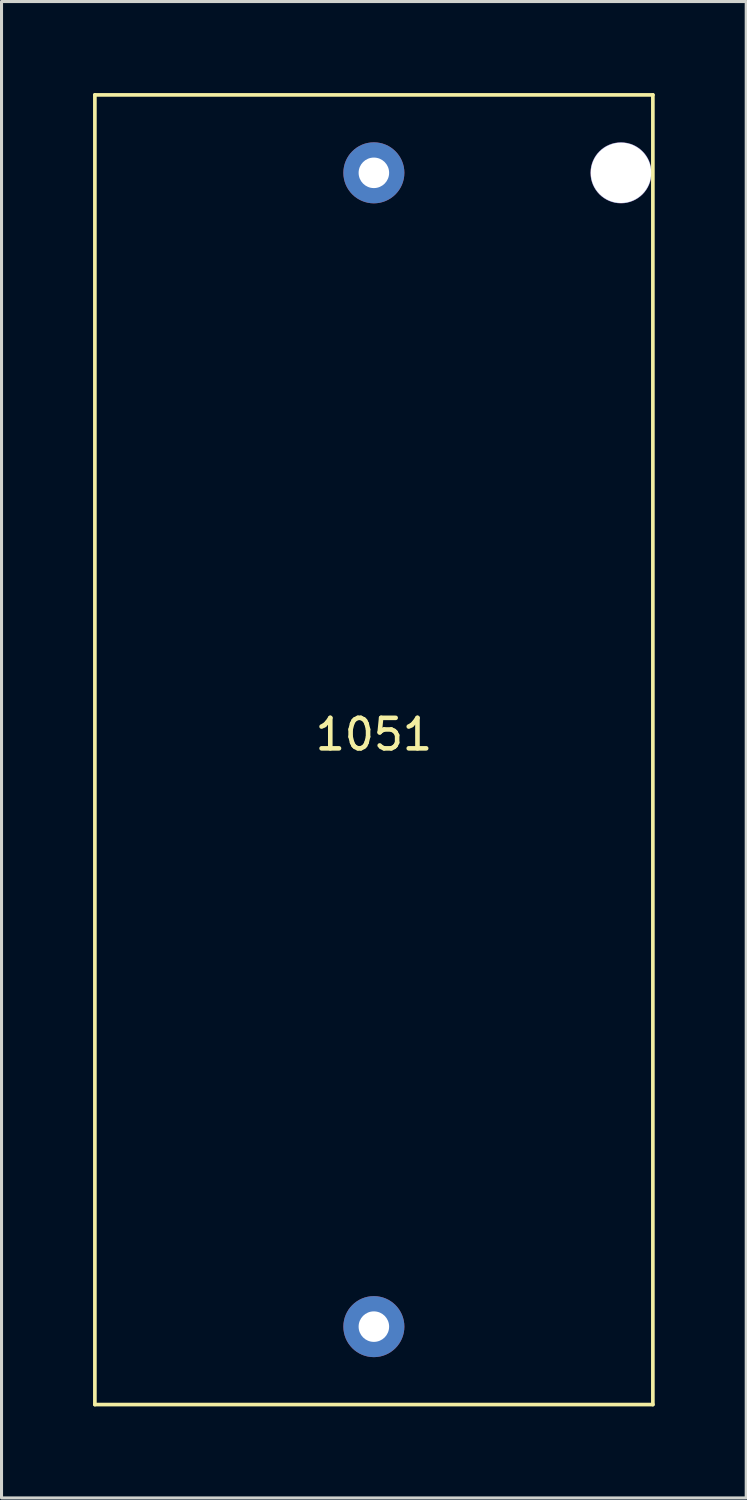
<source format=kicad_pcb>
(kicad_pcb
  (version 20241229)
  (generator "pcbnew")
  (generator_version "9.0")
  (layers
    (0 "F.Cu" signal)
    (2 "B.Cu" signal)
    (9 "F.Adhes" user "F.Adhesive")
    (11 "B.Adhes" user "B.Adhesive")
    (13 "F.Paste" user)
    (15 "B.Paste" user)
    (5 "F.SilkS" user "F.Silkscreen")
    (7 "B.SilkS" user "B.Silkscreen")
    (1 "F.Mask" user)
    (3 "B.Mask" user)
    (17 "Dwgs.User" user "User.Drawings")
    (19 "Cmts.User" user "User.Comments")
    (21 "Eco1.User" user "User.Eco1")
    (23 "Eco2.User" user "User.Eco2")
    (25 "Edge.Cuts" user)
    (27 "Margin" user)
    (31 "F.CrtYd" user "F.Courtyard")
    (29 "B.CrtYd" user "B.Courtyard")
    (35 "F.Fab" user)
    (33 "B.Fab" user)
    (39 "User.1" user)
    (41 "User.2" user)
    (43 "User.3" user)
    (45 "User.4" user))
  (footprint "1051"
    (layer "F.Cu")
    (at 9.205 21.525)
    (property "Reference" "1051" (at 0 -0.5 0) (unlocked yes) (layer "F.SilkS") (effects (font (size 1 1) (thickness 0.15))))
    (attr through_hole)
    (fp_line (start -9.145 -21.465) (end 9.145 -21.465) (stroke (width 0.12) (type solid)) (layer "F.SilkS"))
    (fp_line (start -9.145 21.465) (end -9.145 -21.465) (stroke (width 0.12) (type solid)) (layer "F.SilkS"))
    (fp_line (start 9.145 -21.465) (end 9.145 21.465) (stroke (width 0.12) (type solid)) (layer "F.SilkS"))
    (fp_line (start 9.145 21.465) (end -9.145 21.465) (stroke (width 0.12) (type solid)) (layer "F.SilkS"))
    (pad "" np_thru_hole circle (at 8.1 -18.91) (size 2 2) (drill 1.98) (layers "*.Cu" "*.Mask"))
    (pad "1" thru_hole circle (at 0 -18.91) (size 2 2) (drill 1) (layers "*.Cu" "*.Mask"))
    (pad "2" thru_hole circle (at 0 18.91) (size 2 2) (drill 1) (layers "*.Cu" "*.Mask")))
  (gr_rect
    (start -3 -3)
    (end 21.41 46.05)
    (stroke (width 0.1) (type default))
    (fill no)
    (layer "Edge.Cuts")))
</source>
